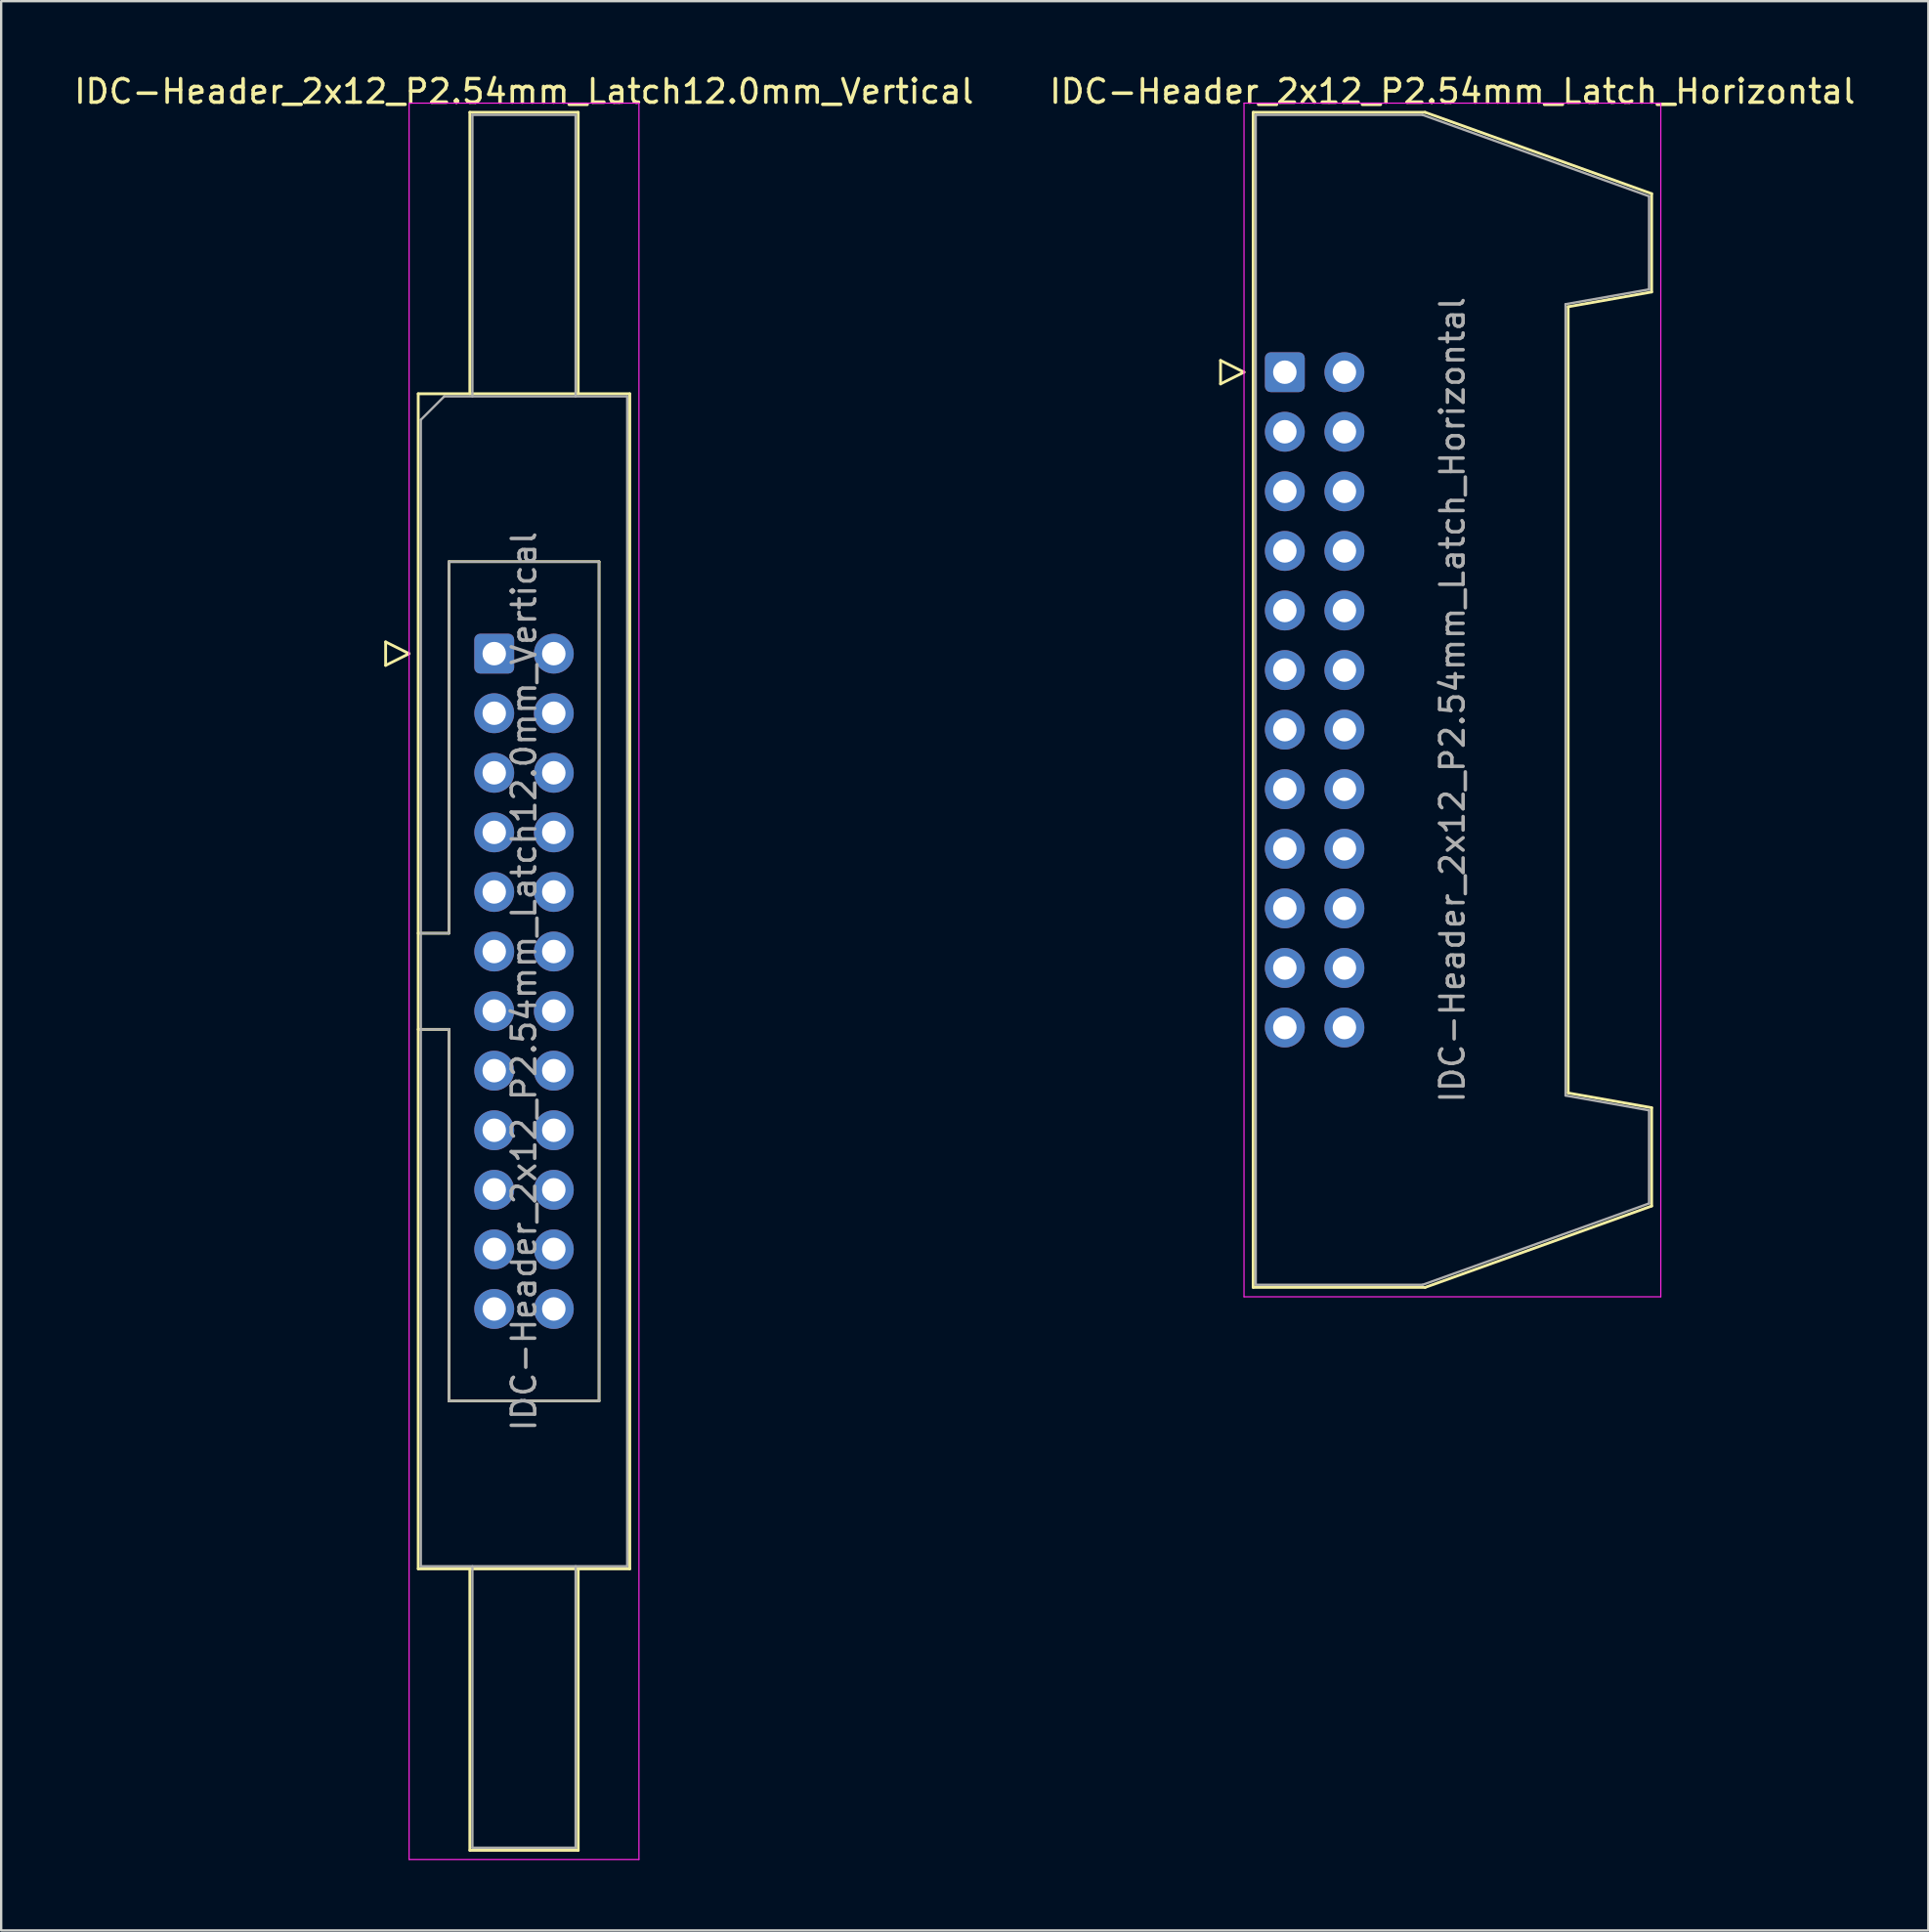
<source format=kicad_pcb>
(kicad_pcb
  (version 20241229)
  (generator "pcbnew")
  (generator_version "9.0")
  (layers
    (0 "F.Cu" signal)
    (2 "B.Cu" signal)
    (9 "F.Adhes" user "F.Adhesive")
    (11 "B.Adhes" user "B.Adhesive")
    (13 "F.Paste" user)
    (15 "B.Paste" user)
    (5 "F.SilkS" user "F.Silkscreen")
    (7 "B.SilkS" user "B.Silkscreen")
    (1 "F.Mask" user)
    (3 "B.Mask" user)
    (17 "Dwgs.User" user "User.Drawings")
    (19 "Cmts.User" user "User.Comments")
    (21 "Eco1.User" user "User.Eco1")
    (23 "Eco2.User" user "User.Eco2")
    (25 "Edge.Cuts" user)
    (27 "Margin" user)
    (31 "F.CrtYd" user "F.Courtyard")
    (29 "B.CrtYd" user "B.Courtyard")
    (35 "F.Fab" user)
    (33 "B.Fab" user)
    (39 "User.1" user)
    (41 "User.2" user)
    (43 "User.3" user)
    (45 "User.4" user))
  (footprint "IDC-Header_2x12_P2.54mm_Latch_Horizontal"
    (layer "F.Cu")
    (at 51.73 12.818)
    (property "Reference" "IDC-Header_2x12_P2.54mm_Latch_Horizontal" (at 7.145 -11.97 0) (layer "F.SilkS") (effects (font (size 1 1) (thickness 0.15))))
    (attr through_hole)
    (fp_line (start -2.74 -0.5) (end -2.74 0.5) (stroke (width 0.12) (type solid)) (layer "F.SilkS"))
    (fp_line (start -2.74 0.5) (end -1.74 0) (stroke (width 0.12) (type solid)) (layer "F.SilkS"))
    (fp_line (start -1.74 0) (end -2.74 -0.5) (stroke (width 0.12) (type solid)) (layer "F.SilkS"))
    (fp_line (start -1.35 -11.08) (end 5.98 -11.08) (stroke (width 0.12) (type solid)) (layer "F.SilkS"))
    (fp_line (start -1.35 39.02) (end -1.35 -11.08) (stroke (width 0.12) (type solid)) (layer "F.SilkS"))
    (fp_line (start 5.98 -11.08) (end 15.64 -7.61) (stroke (width 0.12) (type solid)) (layer "F.SilkS"))
    (fp_line (start 5.98 39.02) (end -1.35 39.02) (stroke (width 0.12) (type solid)) (layer "F.SilkS"))
    (fp_line (start 12.08 -2.79) (end 12.08 30.73) (stroke (width 0.12) (type solid)) (layer "F.SilkS"))
    (fp_line (start 12.08 30.73) (end 15.64 31.36) (stroke (width 0.12) (type solid)) (layer "F.SilkS"))
    (fp_line (start 15.64 -7.61) (end 15.64 -3.42) (stroke (width 0.12) (type solid)) (layer "F.SilkS"))
    (fp_line (start 15.64 -3.42) (end 12.08 -2.79) (stroke (width 0.12) (type solid)) (layer "F.SilkS"))
    (fp_line (start 15.64 31.36) (end 15.64 35.55) (stroke (width 0.12) (type solid)) (layer "F.SilkS"))
    (fp_line (start 15.64 35.55) (end 5.98 39.02) (stroke (width 0.12) (type solid)) (layer "F.SilkS"))
    (fp_line (start -1.74 -11.47) (end -1.74 39.42) (stroke (width 0.05) (type solid)) (layer "F.CrtYd"))
    (fp_line (start -1.74 39.42) (end 16.03 39.42) (stroke (width 0.05) (type solid)) (layer "F.CrtYd"))
    (fp_line (start 16.03 -11.47) (end -1.74 -11.47) (stroke (width 0.05) (type solid)) (layer "F.CrtYd"))
    (fp_line (start 16.03 39.42) (end 16.03 -11.47) (stroke (width 0.05) (type solid)) (layer "F.CrtYd"))
    (fp_line (start -1.24 -10.97) (end 5.87 -10.97) (stroke (width 0.1) (type solid)) (layer "F.Fab"))
    (fp_line (start -1.24 38.91) (end -1.24 -10.97) (stroke (width 0.1) (type solid)) (layer "F.Fab"))
    (fp_line (start 5.87 -10.97) (end 15.53 -7.5) (stroke (width 0.1) (type solid)) (layer "F.Fab"))
    (fp_line (start 5.87 38.91) (end -1.24 38.91) (stroke (width 0.1) (type solid)) (layer "F.Fab"))
    (fp_line (start 11.97 -2.9) (end 11.97 30.84) (stroke (width 0.1) (type solid)) (layer "F.Fab"))
    (fp_line (start 11.97 30.84) (end 15.53 31.47) (stroke (width 0.1) (type solid)) (layer "F.Fab"))
    (fp_line (start 15.53 -7.5) (end 15.53 -3.53) (stroke (width 0.1) (type solid)) (layer "F.Fab"))
    (fp_line (start 15.53 -3.53) (end 11.97 -2.9) (stroke (width 0.1) (type solid)) (layer "F.Fab"))
    (fp_line (start 15.53 31.47) (end 15.53 35.44) (stroke (width 0.1) (type solid)) (layer "F.Fab"))
    (fp_line (start 15.53 35.44) (end 5.87 38.91) (stroke (width 0.1) (type solid)) (layer "F.Fab"))
    (fp_text user "${REFERENCE}" (at 7.145 13.97 90) (layer "F.Fab") (effects (font (size 1 1) (thickness 0.15))))
    (pad "1" thru_hole roundrect (at 0 0) (size 1.7 1.7) (drill 1) (layers "*.Cu" "*.Mask") (roundrect_rratio 0.147))
    (pad "2" thru_hole circle (at 2.54 0) (size 1.7 1.7) (drill 1) (layers "*.Cu" "*.Mask"))
    (pad "3" thru_hole circle (at 0 2.54) (size 1.7 1.7) (drill 1) (layers "*.Cu" "*.Mask"))
    (pad "4" thru_hole circle (at 2.54 2.54) (size 1.7 1.7) (drill 1) (layers "*.Cu" "*.Mask"))
    (pad "5" thru_hole circle (at 0 5.08) (size 1.7 1.7) (drill 1) (layers "*.Cu" "*.Mask"))
    (pad "6" thru_hole circle (at 2.54 5.08) (size 1.7 1.7) (drill 1) (layers "*.Cu" "*.Mask"))
    (pad "7" thru_hole circle (at 0 7.62) (size 1.7 1.7) (drill 1) (layers "*.Cu" "*.Mask"))
    (pad "8" thru_hole circle (at 2.54 7.62) (size 1.7 1.7) (drill 1) (layers "*.Cu" "*.Mask"))
    (pad "9" thru_hole circle (at 0 10.16) (size 1.7 1.7) (drill 1) (layers "*.Cu" "*.Mask"))
    (pad "10" thru_hole circle (at 2.54 10.16) (size 1.7 1.7) (drill 1) (layers "*.Cu" "*.Mask"))
    (pad "11" thru_hole circle (at 0 12.7) (size 1.7 1.7) (drill 1) (layers "*.Cu" "*.Mask"))
    (pad "12" thru_hole circle (at 2.54 12.7) (size 1.7 1.7) (drill 1) (layers "*.Cu" "*.Mask"))
    (pad "13" thru_hole circle (at 0 15.24) (size 1.7 1.7) (drill 1) (layers "*.Cu" "*.Mask"))
    (pad "14" thru_hole circle (at 2.54 15.24) (size 1.7 1.7) (drill 1) (layers "*.Cu" "*.Mask"))
    (pad "15" thru_hole circle (at 0 17.78) (size 1.7 1.7) (drill 1) (layers "*.Cu" "*.Mask"))
    (pad "16" thru_hole circle (at 2.54 17.78) (size 1.7 1.7) (drill 1) (layers "*.Cu" "*.Mask"))
    (pad "17" thru_hole circle (at 0 20.32) (size 1.7 1.7) (drill 1) (layers "*.Cu" "*.Mask"))
    (pad "18" thru_hole circle (at 2.54 20.32) (size 1.7 1.7) (drill 1) (layers "*.Cu" "*.Mask"))
    (pad "19" thru_hole circle (at 0 22.86) (size 1.7 1.7) (drill 1) (layers "*.Cu" "*.Mask"))
    (pad "20" thru_hole circle (at 2.54 22.86) (size 1.7 1.7) (drill 1) (layers "*.Cu" "*.Mask"))
    (pad "21" thru_hole circle (at 0 25.4) (size 1.7 1.7) (drill 1) (layers "*.Cu" "*.Mask"))
    (pad "22" thru_hole circle (at 2.54 25.4) (size 1.7 1.7) (drill 1) (layers "*.Cu" "*.Mask"))
    (pad "23" thru_hole circle (at 0 27.94) (size 1.7 1.7) (drill 1) (layers "*.Cu" "*.Mask"))
    (pad "24" thru_hole circle (at 2.54 27.94) (size 1.7 1.7) (drill 1) (layers "*.Cu" "*.Mask")))
  (footprint "IDC-Header_2x12_P2.54mm_Latch12.0mm_Vertical"
    (layer "F.Cu")
    (at 18.022 24.818)
    (property "Reference" "IDC-Header_2x12_P2.54mm_Latch12.0mm_Vertical" (at 1.27 -23.97 0) (layer "F.SilkS") (effects (font (size 1 1) (thickness 0.15))))
    (attr through_hole)
    (fp_line (start -4.63 -0.5) (end -4.63 0.5) (stroke (width 0.12) (type solid)) (layer "F.SilkS"))
    (fp_line (start -4.63 0.5) (end -3.63 0) (stroke (width 0.12) (type solid)) (layer "F.SilkS"))
    (fp_line (start -3.63 0) (end -4.63 -0.5) (stroke (width 0.12) (type solid)) (layer "F.SilkS"))
    (fp_line (start -3.24 -11.08) (end 5.78 -11.08) (stroke (width 0.12) (type solid)) (layer "F.SilkS"))
    (fp_line (start -3.24 11.92) (end -1.93 11.92) (stroke (width 0.12) (type solid)) (layer "F.SilkS"))
    (fp_line (start -3.24 39.02) (end -3.24 -11.08) (stroke (width 0.12) (type solid)) (layer "F.SilkS"))
    (fp_line (start -1.93 -3.92) (end 4.47 -3.92) (stroke (width 0.12) (type solid)) (layer "F.SilkS"))
    (fp_line (start -1.93 11.92) (end -1.93 -3.92) (stroke (width 0.12) (type solid)) (layer "F.SilkS"))
    (fp_line (start -1.93 16.02) (end -3.24 16.02) (stroke (width 0.12) (type solid)) (layer "F.SilkS"))
    (fp_line (start -1.93 16.02) (end -1.93 16.02) (stroke (width 0.12) (type solid)) (layer "F.SilkS"))
    (fp_line (start -1.93 31.86) (end -1.93 16.02) (stroke (width 0.12) (type solid)) (layer "F.SilkS"))
    (fp_line (start -1.04 -23.08) (end 3.58 -23.08) (stroke (width 0.12) (type solid)) (layer "F.SilkS"))
    (fp_line (start -1.04 -11.08) (end -1.04 -23.08) (stroke (width 0.12) (type solid)) (layer "F.SilkS"))
    (fp_line (start -1.04 39.02) (end -1.04 51.02) (stroke (width 0.12) (type solid)) (layer "F.SilkS"))
    (fp_line (start -1.04 51.02) (end 3.58 51.02) (stroke (width 0.12) (type solid)) (layer "F.SilkS"))
    (fp_line (start 3.58 -23.08) (end 3.58 -11.08) (stroke (width 0.12) (type solid)) (layer "F.SilkS"))
    (fp_line (start 3.58 51.02) (end 3.58 39.02) (stroke (width 0.12) (type solid)) (layer "F.SilkS"))
    (fp_line (start 4.47 -3.92) (end 4.47 31.86) (stroke (width 0.12) (type solid)) (layer "F.SilkS"))
    (fp_line (start 4.47 31.86) (end -1.93 31.86) (stroke (width 0.12) (type solid)) (layer "F.SilkS"))
    (fp_line (start 5.78 -11.08) (end 5.78 39.02) (stroke (width 0.12) (type solid)) (layer "F.SilkS"))
    (fp_line (start 5.78 39.02) (end -3.24 39.02) (stroke (width 0.12) (type solid)) (layer "F.SilkS"))
    (fp_line (start -3.63 -23.47) (end -3.63 51.41) (stroke (width 0.05) (type solid)) (layer "F.CrtYd"))
    (fp_line (start -3.63 51.41) (end 6.17 51.41) (stroke (width 0.05) (type solid)) (layer "F.CrtYd"))
    (fp_line (start 6.17 -23.47) (end -3.63 -23.47) (stroke (width 0.05) (type solid)) (layer "F.CrtYd"))
    (fp_line (start 6.17 51.41) (end 6.17 -23.47) (stroke (width 0.05) (type solid)) (layer "F.CrtYd"))
    (fp_line (start -3.13 -9.97) (end -2.13 -10.97) (stroke (width 0.1) (type solid)) (layer "F.Fab"))
    (fp_line (start -3.13 11.92) (end -1.93 11.92) (stroke (width 0.1) (type solid)) (layer "F.Fab"))
    (fp_line (start -3.13 38.91) (end -3.13 -9.97) (stroke (width 0.1) (type solid)) (layer "F.Fab"))
    (fp_line (start -2.13 -10.97) (end 5.67 -10.97) (stroke (width 0.1) (type solid)) (layer "F.Fab"))
    (fp_line (start -1.93 -3.92) (end 4.47 -3.92) (stroke (width 0.1) (type solid)) (layer "F.Fab"))
    (fp_line (start -1.93 11.92) (end -1.93 -3.92) (stroke (width 0.1) (type solid)) (layer "F.Fab"))
    (fp_line (start -1.93 16.02) (end -3.13 16.02) (stroke (width 0.1) (type solid)) (layer "F.Fab"))
    (fp_line (start -1.93 16.02) (end -1.93 16.02) (stroke (width 0.1) (type solid)) (layer "F.Fab"))
    (fp_line (start -1.93 31.86) (end -1.93 16.02) (stroke (width 0.1) (type solid)) (layer "F.Fab"))
    (fp_line (start -0.93 -22.97) (end 3.47 -22.97) (stroke (width 0.1) (type solid)) (layer "F.Fab"))
    (fp_line (start -0.93 -10.97) (end -0.93 -22.97) (stroke (width 0.1) (type solid)) (layer "F.Fab"))
    (fp_line (start -0.93 38.91) (end -0.93 50.91) (stroke (width 0.1) (type solid)) (layer "F.Fab"))
    (fp_line (start -0.93 50.91) (end 3.47 50.91) (stroke (width 0.1) (type solid)) (layer "F.Fab"))
    (fp_line (start 3.47 -22.97) (end 3.47 -10.97) (stroke (width 0.1) (type solid)) (layer "F.Fab"))
    (fp_line (start 3.47 50.91) (end 3.47 38.91) (stroke (width 0.1) (type solid)) (layer "F.Fab"))
    (fp_line (start 4.47 -3.92) (end 4.47 31.86) (stroke (width 0.1) (type solid)) (layer "F.Fab"))
    (fp_line (start 4.47 31.86) (end -1.93 31.86) (stroke (width 0.1) (type solid)) (layer "F.Fab"))
    (fp_line (start 5.67 -10.97) (end 5.67 38.91) (stroke (width 0.1) (type solid)) (layer "F.Fab"))
    (fp_line (start 5.67 38.91) (end -3.13 38.91) (stroke (width 0.1) (type solid)) (layer "F.Fab"))
    (fp_text user "${REFERENCE}" (at 1.27 13.97 90) (layer "F.Fab") (effects (font (size 1 1) (thickness 0.15))))
    (pad "1" thru_hole roundrect (at 0 0) (size 1.7 1.7) (drill 1) (layers "*.Cu" "*.Mask") (roundrect_rratio 0.147))
    (pad "2" thru_hole circle (at 2.54 0) (size 1.7 1.7) (drill 1) (layers "*.Cu" "*.Mask"))
    (pad "3" thru_hole circle (at 0 2.54) (size 1.7 1.7) (drill 1) (layers "*.Cu" "*.Mask"))
    (pad "4" thru_hole circle (at 2.54 2.54) (size 1.7 1.7) (drill 1) (layers "*.Cu" "*.Mask"))
    (pad "5" thru_hole circle (at 0 5.08) (size 1.7 1.7) (drill 1) (layers "*.Cu" "*.Mask"))
    (pad "6" thru_hole circle (at 2.54 5.08) (size 1.7 1.7) (drill 1) (layers "*.Cu" "*.Mask"))
    (pad "7" thru_hole circle (at 0 7.62) (size 1.7 1.7) (drill 1) (layers "*.Cu" "*.Mask"))
    (pad "8" thru_hole circle (at 2.54 7.62) (size 1.7 1.7) (drill 1) (layers "*.Cu" "*.Mask"))
    (pad "9" thru_hole circle (at 0 10.16) (size 1.7 1.7) (drill 1) (layers "*.Cu" "*.Mask"))
    (pad "10" thru_hole circle (at 2.54 10.16) (size 1.7 1.7) (drill 1) (layers "*.Cu" "*.Mask"))
    (pad "11" thru_hole circle (at 0 12.7) (size 1.7 1.7) (drill 1) (layers "*.Cu" "*.Mask"))
    (pad "12" thru_hole circle (at 2.54 12.7) (size 1.7 1.7) (drill 1) (layers "*.Cu" "*.Mask"))
    (pad "13" thru_hole circle (at 0 15.24) (size 1.7 1.7) (drill 1) (layers "*.Cu" "*.Mask"))
    (pad "14" thru_hole circle (at 2.54 15.24) (size 1.7 1.7) (drill 1) (layers "*.Cu" "*.Mask"))
    (pad "15" thru_hole circle (at 0 17.78) (size 1.7 1.7) (drill 1) (layers "*.Cu" "*.Mask"))
    (pad "16" thru_hole circle (at 2.54 17.78) (size 1.7 1.7) (drill 1) (layers "*.Cu" "*.Mask"))
    (pad "17" thru_hole circle (at 0 20.32) (size 1.7 1.7) (drill 1) (layers "*.Cu" "*.Mask"))
    (pad "18" thru_hole circle (at 2.54 20.32) (size 1.7 1.7) (drill 1) (layers "*.Cu" "*.Mask"))
    (pad "19" thru_hole circle (at 0 22.86) (size 1.7 1.7) (drill 1) (layers "*.Cu" "*.Mask"))
    (pad "20" thru_hole circle (at 2.54 22.86) (size 1.7 1.7) (drill 1) (layers "*.Cu" "*.Mask"))
    (pad "21" thru_hole circle (at 0 25.4) (size 1.7 1.7) (drill 1) (layers "*.Cu" "*.Mask"))
    (pad "22" thru_hole circle (at 2.54 25.4) (size 1.7 1.7) (drill 1) (layers "*.Cu" "*.Mask"))
    (pad "23" thru_hole circle (at 0 27.94) (size 1.7 1.7) (drill 1) (layers "*.Cu" "*.Mask"))
    (pad "24" thru_hole circle (at 2.54 27.94) (size 1.7 1.7) (drill 1) (layers "*.Cu" "*.Mask")))
  (gr_rect
    (start -3 -3)
    (end 79.167 79.253)
    (stroke (width 0.1) (type default))
    (fill no)
    (layer "Edge.Cuts")))
</source>
